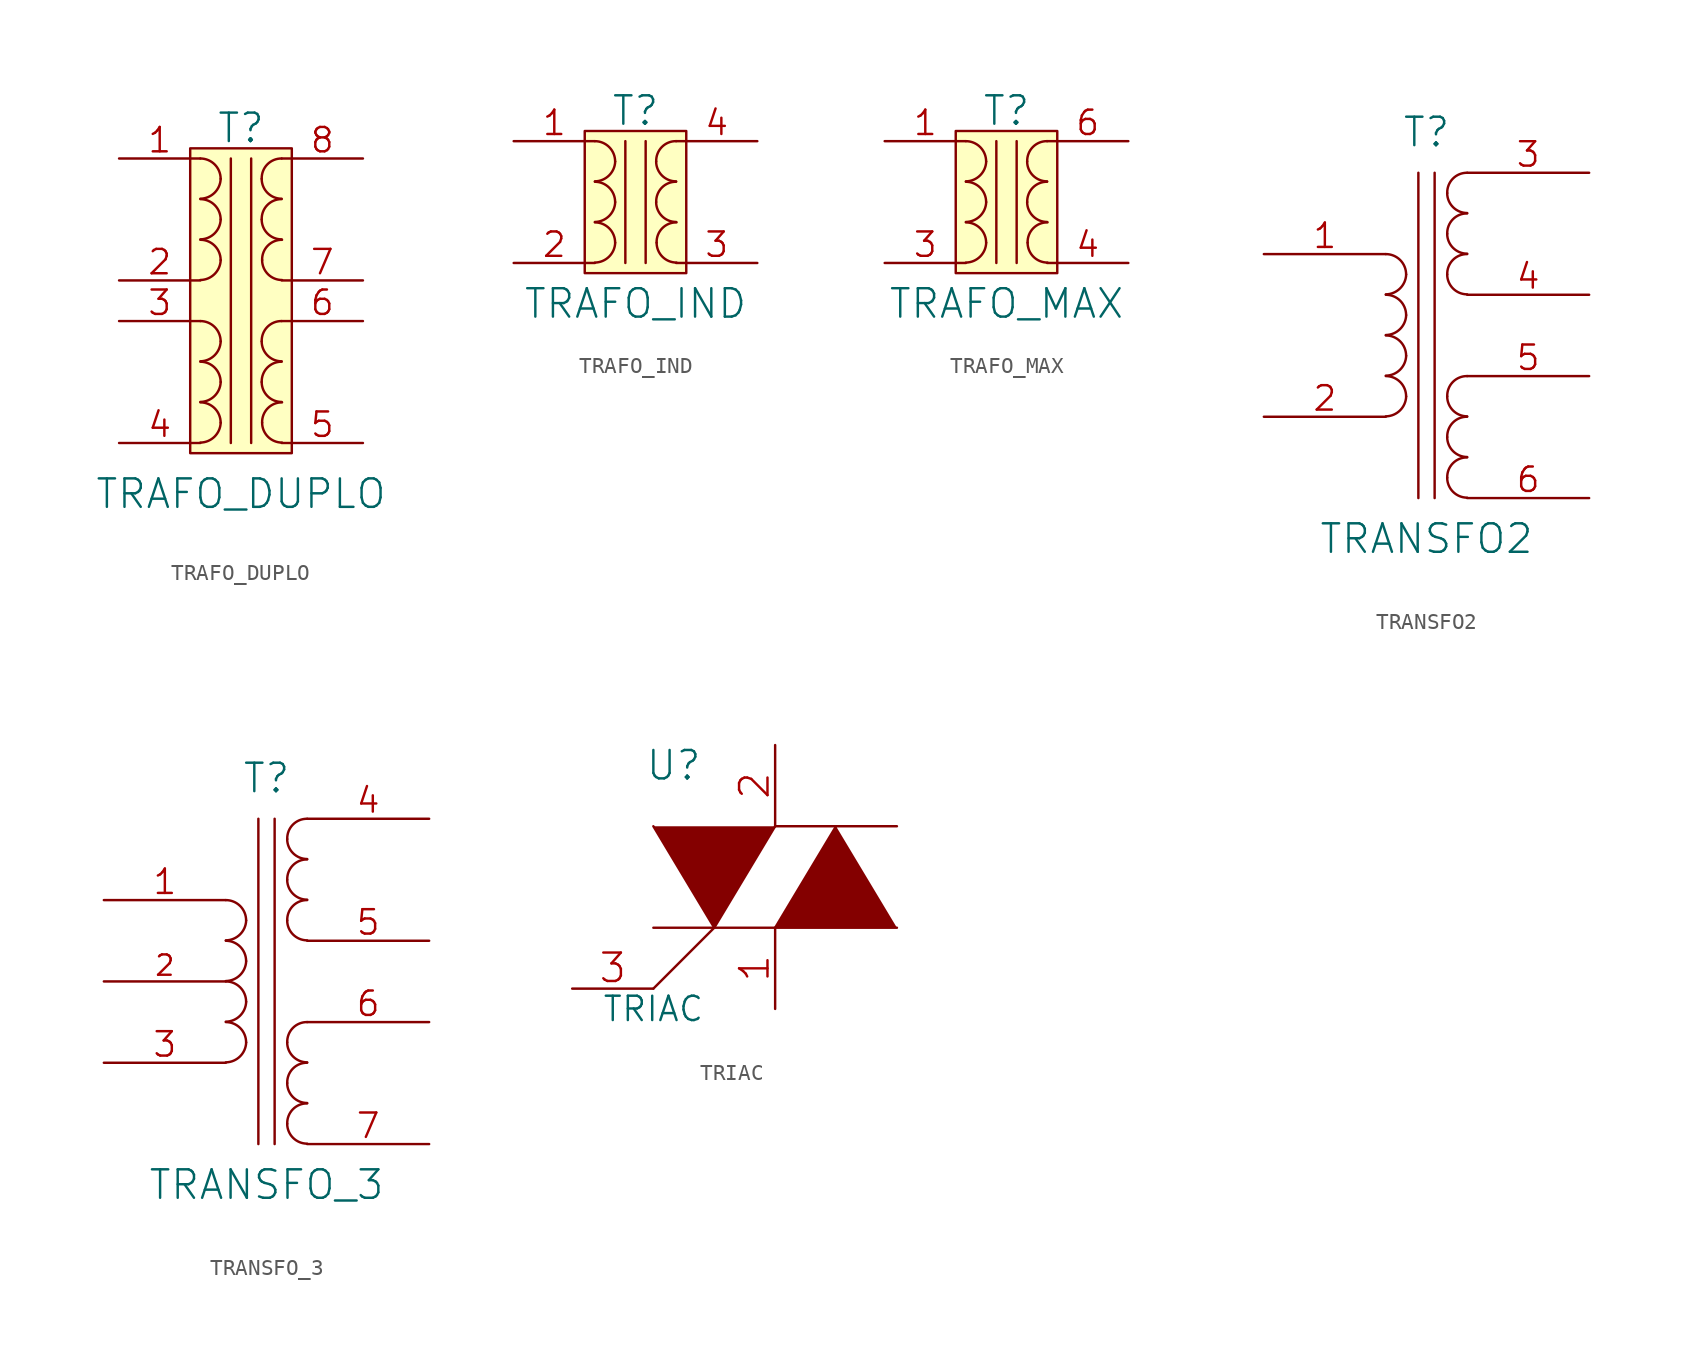
<source format=kicad_sym>
(kicad_symbol_lib
  (version 20220914)
  (generator kicad_symbol_editor)
  (symbol "TRAFO_DUPLO"
    (pin_names
      (offset 0.254) hide)
    (property "Reference" "T"
      (at 0 5.715 0)
      (effects (font (size 1.778 1.778))))
    (property "Value" "TRAFO_DUPLO"
      (at 0 -17.145 0)
      (effects (font (size 1.778 1.778))))
    (property "Footprint" ""
      (at 0 1.27 0)
      (effects (font (size 1.524 1.524))))
    (property "Datasheet" ""
      (at 0 1.27 0)
      (effects (font (size 1.524 1.524))))
    (symbol "TRAFO_DUPLO_0_1"
      (rectangle (start -3.175 4.445) (end 3.175 -14.605) (stroke (width 0) (type default)) (fill (type background)))
      (arc (start -2.54 -13.9446) (mid -1.6599 -13.5801) (end -1.27 -12.7) (stroke (width 0) (type default)) (fill (type none)))
      (arc (start -2.54 -11.4046) (mid -1.6599 -11.0401) (end -1.27 -10.16) (stroke (width 0) (type default)) (fill (type none)))
      (arc (start -2.54 -8.8646) (mid -1.6599 -8.5001) (end -1.27 -7.62) (stroke (width 0) (type default)) (fill (type none)))
      (arc (start -2.54 -3.7846) (mid -1.6599 -3.4201) (end -1.27 -2.54) (stroke (width 0) (type default)) (fill (type none)))
      (arc (start -2.54 -1.2446) (mid -1.6599 -0.8801) (end -1.27 0) (stroke (width 0) (type default)) (fill (type none)))
      (arc (start -2.54 1.2954) (mid -1.6599 1.6599) (end -1.27 2.54) (stroke (width 0) (type default)) (fill (type none)))
      (arc (start -1.27 -12.7) (mid -1.642 -11.802) (end -2.54 -11.43) (stroke (width 0) (type default)) (fill (type none)))
      (arc (start -1.27 -10.16) (mid -1.642 -9.262) (end -2.54 -8.89) (stroke (width 0) (type default)) (fill (type none)))
      (arc (start -1.27 -7.62) (mid -1.642 -6.722) (end -2.54 -6.35) (stroke (width 0) (type default)) (fill (type none)))
      (arc (start -1.27 -2.54) (mid -1.642 -1.642) (end -2.54 -1.27) (stroke (width 0) (type default)) (fill (type none)))
      (arc (start -1.27 0) (mid -1.642 0.898) (end -2.54 1.27) (stroke (width 0) (type default)) (fill (type none)))
      (arc (start -1.27 2.54) (mid -1.642 3.438) (end -2.54 3.81) (stroke (width 0) (type default)) (fill (type none)))
      (polyline (pts (xy -0.635 3.81) (xy -0.635 -13.97)) (stroke (width 0) (type default)) (fill (type none)))
      (polyline (pts (xy 0.635 3.81) (xy 0.635 -13.97)) (stroke (width 0) (type default)) (fill (type none)))
      (arc (start 1.2954 -10.16) (mid 1.6599 -11.0401) (end 2.54 -11.4046) (stroke (width 0) (type default)) (fill (type none)))
      (arc (start 1.2954 -7.62) (mid 1.6599 -8.5001) (end 2.54 -8.8646) (stroke (width 0) (type default)) (fill (type none)))
      (arc (start 1.2954 0) (mid 1.6599 -0.8801) (end 2.54 -1.2446) (stroke (width 0) (type default)) (fill (type none)))
      (arc (start 1.2954 2.54) (mid 1.6599 1.6599) (end 2.54 1.2954) (stroke (width 0) (type default)) (fill (type none)))
      (arc (start 1.3208 -12.7) (mid 1.6853 -13.5801) (end 2.5654 -13.9446) (stroke (width 0) (type default)) (fill (type none)))
      (arc (start 1.3208 -2.54) (mid 1.6853 -3.4201) (end 2.5654 -3.7846) (stroke (width 0) (type default)) (fill (type none)))
      (arc (start 2.54 -8.89) (mid 1.642 -9.262) (end 1.2954 -10.16) (stroke (width 0) (type default)) (fill (type none)))
      (arc (start 2.54 -6.35) (mid 1.642 -6.722) (end 1.2954 -7.62) (stroke (width 0) (type default)) (fill (type none)))
      (arc (start 2.54 1.27) (mid 1.642 0.898) (end 1.2954 0) (stroke (width 0) (type default)) (fill (type none)))
      (arc (start 2.54 3.81) (mid 1.642 3.438) (end 1.2954 2.54) (stroke (width 0) (type default)) (fill (type none)))
      (arc (start 2.5654 -11.43) (mid 1.6674 -11.802) (end 1.3208 -12.7) (stroke (width 0) (type default)) (fill (type none)))
      (arc (start 2.5654 -1.27) (mid 1.6674 -1.642) (end 1.3208 -2.54) (stroke (width 0) (type default)) (fill (type none))))
    (symbol "TRAFO_DUPLO_1_1"
      (pin passive line (at -7.62 3.81 0) (length 5.08) (name "AA" (effects (font (size 1.524 1.524)))) (number "1" (effects (font (size 1.524 1.524)))))
      (pin passive line (at -7.62 -3.81 0) (length 5.08) (name "AB" (effects (font (size 1.524 1.524)))) (number "2" (effects (font (size 1.524 1.524)))))
      (pin passive line (at -7.62 -6.35 0) (length 5.08) (name "AA" (effects (font (size 1.524 1.524)))) (number "3" (effects (font (size 1.524 1.524)))))
      (pin passive line (at -7.62 -13.97 0) (length 5.08) (name "AB" (effects (font (size 1.524 1.524)))) (number "4" (effects (font (size 1.524 1.524)))))
      (pin passive line (at 7.62 -13.97 180) (length 5.08) (name "SA" (effects (font (size 1.524 1.524)))) (number "5" (effects (font (size 1.524 1.524)))))
      (pin passive line (at 7.62 -6.35 180) (length 5.08) (name "SB" (effects (font (size 1.524 1.524)))) (number "6" (effects (font (size 1.524 1.524)))))
      (pin passive line (at 7.62 -3.81 180) (length 5.08) (name "SA" (effects (font (size 1.524 1.524)))) (number "7" (effects (font (size 1.524 1.524)))))
      (pin passive line (at 7.62 3.81 180) (length 5.08) (name "SB" (effects (font (size 1.524 1.524)))) (number "8" (effects (font (size 1.524 1.524)))))))
  (symbol "TRAFO_IND"
    (pin_names
      (offset 0.254) hide)
    (property "Reference" "T"
      (at 0 5.715 0)
      (effects (font (size 1.778 1.778))))
    (property "Value" "TRAFO_IND"
      (at 0 -6.35 0)
      (effects (font (size 1.778 1.778))))
    (property "Footprint" ""
      (at 0 1.27 0)
      (effects (font (size 1.524 1.524))))
    (property "Datasheet" ""
      (at 0 1.27 0)
      (effects (font (size 1.524 1.524))))
    (symbol "TRAFO_IND_0_1"
      (rectangle (start -3.175 4.445) (end 3.175 -4.445) (stroke (width 0) (type default)) (fill (type background)))
      (arc (start -2.54 -3.7846) (mid -1.6599 -3.4201) (end -1.27 -2.54) (stroke (width 0) (type default)) (fill (type none)))
      (arc (start -2.54 -1.2446) (mid -1.6599 -0.8801) (end -1.27 0) (stroke (width 0) (type default)) (fill (type none)))
      (arc (start -2.54 1.2954) (mid -1.6599 1.6599) (end -1.27 2.54) (stroke (width 0) (type default)) (fill (type none)))
      (arc (start -1.27 -2.54) (mid -1.642 -1.642) (end -2.54 -1.27) (stroke (width 0) (type default)) (fill (type none)))
      (arc (start -1.27 0) (mid -1.642 0.898) (end -2.54 1.27) (stroke (width 0) (type default)) (fill (type none)))
      (arc (start -1.27 2.54) (mid -1.642 3.438) (end -2.54 3.81) (stroke (width 0) (type default)) (fill (type none)))
      (polyline (pts (xy -0.635 3.81) (xy -0.635 -3.81)) (stroke (width 0) (type default)) (fill (type none)))
      (polyline (pts (xy 0.635 3.81) (xy 0.635 -3.81)) (stroke (width 0) (type default)) (fill (type none)))
      (arc (start 1.2954 0) (mid 1.6599 -0.8801) (end 2.54 -1.2446) (stroke (width 0) (type default)) (fill (type none)))
      (arc (start 1.2954 2.54) (mid 1.6599 1.6599) (end 2.54 1.2954) (stroke (width 0) (type default)) (fill (type none)))
      (arc (start 1.3208 -2.54) (mid 1.6853 -3.4201) (end 2.5654 -3.7846) (stroke (width 0) (type default)) (fill (type none)))
      (arc (start 2.54 1.27) (mid 1.642 0.898) (end 1.2954 0) (stroke (width 0) (type default)) (fill (type none)))
      (arc (start 2.54 3.81) (mid 1.642 3.438) (end 1.2954 2.54) (stroke (width 0) (type default)) (fill (type none)))
      (arc (start 2.5654 -1.27) (mid 1.6674 -1.642) (end 1.3208 -2.54) (stroke (width 0) (type default)) (fill (type none))))
    (symbol "TRAFO_IND_1_1"
      (pin passive line (at -7.62 3.81 0) (length 5.08) (name "AA" (effects (font (size 1.524 1.524)))) (number "1" (effects (font (size 1.524 1.524)))))
      (pin passive line (at -7.62 -3.81 0) (length 5.08) (name "AB" (effects (font (size 1.524 1.524)))) (number "2" (effects (font (size 1.524 1.524)))))
      (pin passive line (at 7.62 -3.81 180) (length 5.08) (name "SA" (effects (font (size 1.524 1.524)))) (number "3" (effects (font (size 1.524 1.524)))))
      (pin passive line (at 7.62 3.81 180) (length 5.08) (name "SB" (effects (font (size 1.524 1.524)))) (number "4" (effects (font (size 1.524 1.524)))))))
  (symbol "TRAFO_MAX"
    (pin_names
      (offset 0.254) hide)
    (property "Reference" "T"
      (at 0 5.715 0)
      (effects (font (size 1.778 1.778))))
    (property "Value" "TRAFO_MAX"
      (at 0 -6.35 0)
      (effects (font (size 1.778 1.778))))
    (property "Footprint" ""
      (at 0 1.27 0)
      (effects (font (size 1.524 1.524))))
    (property "Datasheet" ""
      (at 0 1.27 0)
      (effects (font (size 1.524 1.524))))
    (symbol "TRAFO_MAX_0_1"
      (rectangle (start -3.175 4.445) (end 3.175 -4.445) (stroke (width 0) (type default)) (fill (type background)))
      (arc (start -2.54 -3.7846) (mid -1.6599 -3.4201) (end -1.27 -2.54) (stroke (width 0) (type default)) (fill (type none)))
      (arc (start -2.54 -1.2446) (mid -1.6599 -0.8801) (end -1.27 0) (stroke (width 0) (type default)) (fill (type none)))
      (arc (start -2.54 1.2954) (mid -1.6599 1.6599) (end -1.27 2.54) (stroke (width 0) (type default)) (fill (type none)))
      (arc (start -1.27 -2.54) (mid -1.642 -1.642) (end -2.54 -1.27) (stroke (width 0) (type default)) (fill (type none)))
      (arc (start -1.27 0) (mid -1.642 0.898) (end -2.54 1.27) (stroke (width 0) (type default)) (fill (type none)))
      (arc (start -1.27 2.54) (mid -1.642 3.438) (end -2.54 3.81) (stroke (width 0) (type default)) (fill (type none)))
      (polyline (pts (xy -0.635 3.81) (xy -0.635 -3.81)) (stroke (width 0) (type default)) (fill (type none)))
      (polyline (pts (xy 0.635 3.81) (xy 0.635 -3.81)) (stroke (width 0) (type default)) (fill (type none)))
      (arc (start 1.2954 0) (mid 1.6599 -0.8801) (end 2.54 -1.2446) (stroke (width 0) (type default)) (fill (type none)))
      (arc (start 1.2954 2.54) (mid 1.6599 1.6599) (end 2.54 1.2954) (stroke (width 0) (type default)) (fill (type none)))
      (arc (start 1.3208 -2.54) (mid 1.6853 -3.4201) (end 2.5654 -3.7846) (stroke (width 0) (type default)) (fill (type none)))
      (arc (start 2.54 1.27) (mid 1.642 0.898) (end 1.2954 0) (stroke (width 0) (type default)) (fill (type none)))
      (arc (start 2.54 3.81) (mid 1.642 3.438) (end 1.2954 2.54) (stroke (width 0) (type default)) (fill (type none)))
      (arc (start 2.5654 -1.27) (mid 1.6674 -1.642) (end 1.3208 -2.54) (stroke (width 0) (type default)) (fill (type none))))
    (symbol "TRAFO_MAX_1_1"
      (pin passive line (at -7.62 3.81 0) (length 5.08) (name "AA" (effects (font (size 1.524 1.524)))) (number "1" (effects (font (size 1.524 1.524)))))
      (pin passive line (at -7.62 -3.81 0) (length 5.08) (name "AB" (effects (font (size 1.524 1.524)))) (number "3" (effects (font (size 1.524 1.524)))))
      (pin passive line (at 7.62 -3.81 180) (length 5.08) (name "SA" (effects (font (size 1.524 1.524)))) (number "4" (effects (font (size 1.524 1.524)))))
      (pin passive line (at 7.62 3.81 180) (length 5.08) (name "SB" (effects (font (size 1.524 1.524)))) (number "6" (effects (font (size 1.524 1.524)))))))
  (symbol "TRANSFO2"
    (pin_names
      (offset 1.016) hide)
    (property "Reference" "T"
      (at 0 12.7 0)
      (effects (font (size 1.778 1.778))))
    (property "Value" "TRANSFO2"
      (at 0 -12.7 0)
      (effects (font (size 1.778 1.778))))
    (property "Footprint" ""
      (at 0 0 0)
      (effects (font (size 1.524 1.524))))
    (property "Datasheet" ""
      (at 0 0 0)
      (effects (font (size 1.524 1.524))))
    (symbol "TRANSFO2_0_1"
      (arc (start -2.54 -5.0546) (mid -1.6599 -4.6901) (end -1.27 -3.81) (stroke (width 0) (type default)) (fill (type none)))
      (arc (start -2.54 -2.5146) (mid -1.6599 -2.1501) (end -1.27 -1.27) (stroke (width 0) (type default)) (fill (type none)))
      (arc (start -2.54 0.0254) (mid -1.6599 0.3899) (end -1.27 1.27) (stroke (width 0) (type default)) (fill (type none)))
      (arc (start -2.54 2.5654) (mid -1.6599 2.9299) (end -1.27 3.81) (stroke (width 0) (type default)) (fill (type none)))
      (arc (start -1.27 -3.81) (mid -1.642 -2.912) (end -2.54 -2.54) (stroke (width 0) (type default)) (fill (type none)))
      (arc (start -1.27 -1.27) (mid -1.642 -0.372) (end -2.54 0) (stroke (width 0) (type default)) (fill (type none)))
      (arc (start -1.27 1.27) (mid -1.642 2.168) (end -2.54 2.54) (stroke (width 0) (type default)) (fill (type none)))
      (arc (start -1.27 3.81) (mid -1.642 4.708) (end -2.54 5.08) (stroke (width 0) (type default)) (fill (type none)))
      (polyline (pts (xy -0.508 -10.16) (xy -0.508 10.16)) (stroke (width 0) (type default)) (fill (type none)))
      (polyline (pts (xy 0.508 10.16) (xy 0.508 -10.16)) (stroke (width 0) (type default)) (fill (type none)))
      (arc (start 1.2954 -8.89) (mid 1.6599 -9.7701) (end 2.54 -10.1346) (stroke (width 0) (type default)) (fill (type none)))
      (arc (start 1.2954 -6.35) (mid 1.6599 -7.2301) (end 2.54 -7.5946) (stroke (width 0) (type default)) (fill (type none)))
      (arc (start 1.2954 -3.81) (mid 1.6599 -4.6901) (end 2.54 -5.0546) (stroke (width 0) (type default)) (fill (type none)))
      (arc (start 1.2954 3.81) (mid 1.6599 2.9299) (end 2.54 2.5654) (stroke (width 0) (type default)) (fill (type none)))
      (arc (start 1.2954 6.35) (mid 1.6599 5.4699) (end 2.54 5.1054) (stroke (width 0) (type default)) (fill (type none)))
      (arc (start 1.2954 8.89) (mid 1.6599 8.0099) (end 2.54 7.6454) (stroke (width 0) (type default)) (fill (type none)))
      (arc (start 2.54 -7.62) (mid 1.642 -7.992) (end 1.2954 -8.89) (stroke (width 0) (type default)) (fill (type none)))
      (arc (start 2.54 -5.08) (mid 1.642 -5.452) (end 1.2954 -6.35) (stroke (width 0) (type default)) (fill (type none)))
      (arc (start 2.54 -2.54) (mid 1.642 -2.912) (end 1.2954 -3.81) (stroke (width 0) (type default)) (fill (type none)))
      (arc (start 2.54 5.08) (mid 1.642 4.708) (end 1.2954 3.81) (stroke (width 0) (type default)) (fill (type none)))
      (arc (start 2.54 7.62) (mid 1.642 7.248) (end 1.2954 6.35) (stroke (width 0) (type default)) (fill (type none)))
      (arc (start 2.54 10.16) (mid 1.642 9.788) (end 1.2954 8.89) (stroke (width 0) (type default)) (fill (type none))))
    (symbol "TRANSFO2_1_1"
      (pin passive line (at -10.16 5.08 0) (length 7.62) (name "AA" (effects (font (size 1.524 1.524)))) (number "1" (effects (font (size 1.524 1.524)))))
      (pin passive line (at -10.16 -5.08 0) (length 7.62) (name "AB" (effects (font (size 1.524 1.524)))) (number "2" (effects (font (size 1.524 1.524)))))
      (pin passive line (at 10.16 10.16 180) (length 7.62) (name "SA" (effects (font (size 1.524 1.524)))) (number "3" (effects (font (size 1.524 1.524)))))
      (pin passive line (at 10.16 2.54 180) (length 7.62) (name "SB" (effects (font (size 1.524 1.524)))) (number "4" (effects (font (size 1.524 1.524)))))
      (pin passive line (at 10.16 -2.54 180) (length 7.62) (name "SC" (effects (font (size 1.524 1.524)))) (number "5" (effects (font (size 1.524 1.524)))))
      (pin passive line (at 10.16 -10.16 180) (length 7.62) (name "SD" (effects (font (size 1.524 1.524)))) (number "6" (effects (font (size 1.524 1.524)))))))
  (symbol "TRANSFO_3"
    (pin_names
      (offset 1.016) hide)
    (property "Reference" "T"
      (at 0 12.7 0)
      (effects (font (size 1.778 1.778))))
    (property "Value" "TRANSFO_3"
      (at 0 -12.7 0)
      (effects (font (size 1.778 1.778))))
    (property "Footprint" ""
      (at 0 0 0)
      (effects (font (size 1.524 1.524))))
    (property "Datasheet" ""
      (at 0 0 0)
      (effects (font (size 1.524 1.524))))
    (symbol "TRANSFO_3_0_1"
      (arc (start -2.54 -5.0546) (mid -1.6599 -4.6901) (end -1.27 -3.81) (stroke (width 0) (type default)) (fill (type none)))
      (arc (start -2.54 -2.5146) (mid -1.6599 -2.1501) (end -1.27 -1.27) (stroke (width 0) (type default)) (fill (type none)))
      (arc (start -2.54 0.0254) (mid -1.6599 0.3899) (end -1.27 1.27) (stroke (width 0) (type default)) (fill (type none)))
      (arc (start -2.54 2.5654) (mid -1.6599 2.9299) (end -1.27 3.81) (stroke (width 0) (type default)) (fill (type none)))
      (arc (start -1.27 -3.81) (mid -1.642 -2.912) (end -2.54 -2.54) (stroke (width 0) (type default)) (fill (type none)))
      (arc (start -1.27 -1.27) (mid -1.642 -0.372) (end -2.54 0) (stroke (width 0) (type default)) (fill (type none)))
      (arc (start -1.27 1.27) (mid -1.642 2.168) (end -2.54 2.54) (stroke (width 0) (type default)) (fill (type none)))
      (arc (start -1.27 3.81) (mid -1.642 4.708) (end -2.54 5.08) (stroke (width 0) (type default)) (fill (type none)))
      (polyline (pts (xy -0.508 -10.16) (xy -0.508 10.16)) (stroke (width 0) (type default)) (fill (type none)))
      (polyline (pts (xy 0.508 10.16) (xy 0.508 -10.16)) (stroke (width 0) (type default)) (fill (type none)))
      (arc (start 1.2954 -8.89) (mid 1.6599 -9.7701) (end 2.54 -10.1346) (stroke (width 0) (type default)) (fill (type none)))
      (arc (start 1.2954 -6.35) (mid 1.6599 -7.2301) (end 2.54 -7.5946) (stroke (width 0) (type default)) (fill (type none)))
      (arc (start 1.2954 -3.81) (mid 1.6599 -4.6901) (end 2.54 -5.0546) (stroke (width 0) (type default)) (fill (type none)))
      (arc (start 1.2954 3.81) (mid 1.6599 2.9299) (end 2.54 2.5654) (stroke (width 0) (type default)) (fill (type none)))
      (arc (start 1.2954 6.35) (mid 1.6599 5.4699) (end 2.54 5.1054) (stroke (width 0) (type default)) (fill (type none)))
      (arc (start 1.2954 8.89) (mid 1.6599 8.0099) (end 2.54 7.6454) (stroke (width 0) (type default)) (fill (type none)))
      (arc (start 2.54 -7.62) (mid 1.642 -7.992) (end 1.2954 -8.89) (stroke (width 0) (type default)) (fill (type none)))
      (arc (start 2.54 -5.08) (mid 1.642 -5.452) (end 1.2954 -6.35) (stroke (width 0) (type default)) (fill (type none)))
      (arc (start 2.54 -2.54) (mid 1.642 -2.912) (end 1.2954 -3.81) (stroke (width 0) (type default)) (fill (type none)))
      (arc (start 2.54 5.08) (mid 1.642 4.708) (end 1.2954 3.81) (stroke (width 0) (type default)) (fill (type none)))
      (arc (start 2.54 7.62) (mid 1.642 7.248) (end 1.2954 6.35) (stroke (width 0) (type default)) (fill (type none)))
      (arc (start 2.54 10.16) (mid 1.642 9.788) (end 1.2954 8.89) (stroke (width 0) (type default)) (fill (type none))))
    (symbol "TRANSFO_3_1_1"
      (pin passive line (at -10.16 5.08 0) (length 7.62) (name "IN+" (effects (font (size 1.524 1.524)))) (number "1" (effects (font (size 1.524 1.524)))))
      (pin passive line (at -10.16 0 0) (length 7.62) (name "PM" (effects (font (size 1.27 1.27)))) (number "2" (effects (font (size 1.27 1.27)))))
      (pin passive line (at -10.16 -5.08 0) (length 7.62) (name "IN-" (effects (font (size 1.524 1.524)))) (number "3" (effects (font (size 1.524 1.524)))))
      (pin passive line (at 10.16 10.16 180) (length 7.62) (name "OUT1A" (effects (font (size 1.524 1.524)))) (number "4" (effects (font (size 1.524 1.524)))))
      (pin passive line (at 10.16 2.54 180) (length 7.62) (name "OUT1B" (effects (font (size 1.524 1.524)))) (number "5" (effects (font (size 1.524 1.524)))))
      (pin passive line (at 10.16 -2.54 180) (length 7.62) (name "OUT2A" (effects (font (size 1.524 1.524)))) (number "6" (effects (font (size 1.524 1.524)))))
      (pin passive line (at 10.16 -10.16 180) (length 7.62) (name "OUT2B" (effects (font (size 1.524 1.524)))) (number "7" (effects (font (size 1.524 1.524)))))))
  (symbol "TRIAC"
    (pin_names
      (offset 0.254))
    (property "Reference" "U"
      (at -6.35 8.89 0)
      (effects (font (size 1.778 1.778))))
    (property "Value" "TRIAC"
      (at -7.62 -6.35 0)
      (effects (font (size 1.524 1.524))))
    (property "Footprint" ""
      (at 0 0 0)
      (effects (font (size 1.524 1.524))))
    (property "Datasheet" ""
      (at 0 0 0)
      (effects (font (size 1.524 1.524))))
    (symbol "TRIAC_0_1"
      (polyline (pts (xy -7.62 -1.27) (xy 0 -1.27)) (stroke (width 0) (type default)) (fill (type none)))
      (polyline (pts (xy -3.81 -1.27) (xy -7.62 -5.08)) (stroke (width 0) (type default)) (fill (type none)))
      (polyline (pts (xy 0 5.08) (xy 7.62 5.08)) (stroke (width 0) (type default)) (fill (type none)))
      (polyline (pts (xy -7.62 5.08) (xy -3.81 -1.27) (xy 0 5.08)) (stroke (width 0) (type default)) (fill (type outline)))
      (polyline (pts (xy 3.81 5.08) (xy 0 -1.27) (xy 7.62 -1.27)) (stroke (width 0) (type default)) (fill (type outline))))
    (symbol "TRIAC_1_1"
      (pin passive line (at 0 -6.35 90) (length 5.08) (name "~" (effects (font (size 1.778 1.778)))) (number "1" (effects (font (size 1.778 1.778)))))
      (pin passive line (at 0 10.16 270) (length 5.08) (name "~" (effects (font (size 1.778 1.778)))) (number "2" (effects (font (size 1.778 1.778)))))
      (pin input line (at -12.7 -5.08 0) (length 5.08) (name "~" (effects (font (size 1.778 1.778)))) (number "3" (effects (font (size 1.778 1.778))))))))
</source>
